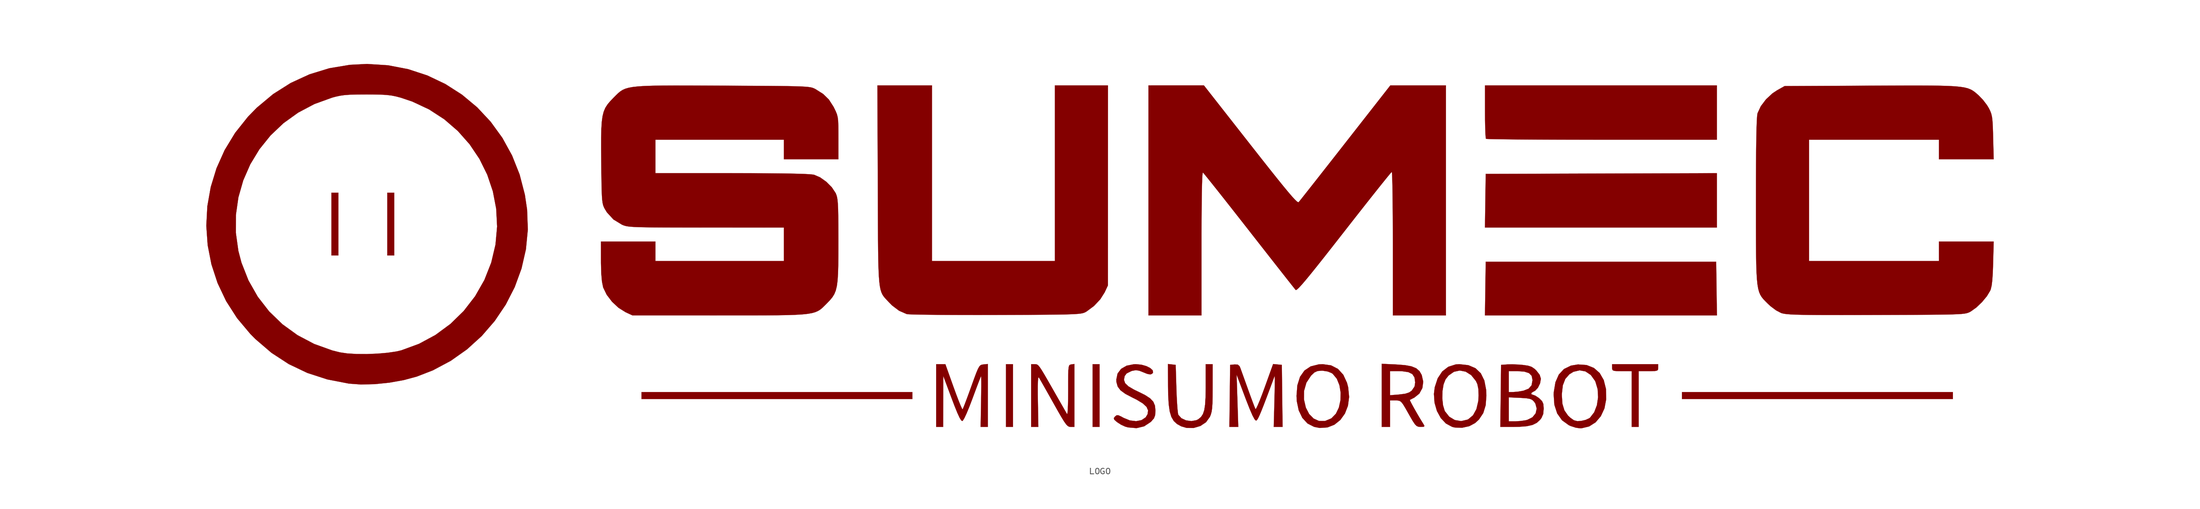
<source format=kicad_sym>
(kicad_symbol_lib
  (version 20220914)
  (generator bitmap2component)
  (symbol "LOGO"
    (pin_names
      (offset 1.016))
    (property "Reference" "#G"
      (at 0 42.443 0)
      (effects (font (size 1.27 1.27)) hide))
    (symbol "LOGO_0_0"
      (polyline (pts (xy 11.769 -22.876) (xy 12.716 -22.249) (xy 12.824 -22.145) (xy 13.204 -21.702) (xy 13.373 -21.245) (xy 13.411 -20.58) (xy 13.411 -20.559) (xy 13.342 -19.86) (xy 13.104 -19.293) (xy 12.64 -18.797) (xy 11.897 -18.311) (xy 10.817 -17.777) (xy 10.303 -17.531) (xy 9.481 -17.048) (xy 9.004 -16.586) (xy 8.834 -16.103) (xy 8.936 -15.556) (xy 9.224 -15.165) (xy 9.917 -14.821) (xy 10.058 -14.781) (xy 10.564 -14.693) (xy 11.041 -14.764) (xy 11.682 -15.015) (xy 12.216 -15.229) (xy 12.657 -15.315) (xy 12.934 -15.214) (xy 13.069 -15.03) (xy 13.006 -14.703) (xy 12.654 -14.377) (xy 12.083 -14.094) (xy 11.364 -13.893) (xy 10.566 -13.818) (xy 10.278 -13.826) (xy 9.223 -14.035) (xy 8.417 -14.498) (xy 7.902 -15.183) (xy 7.722 -16.056) (xy 7.743 -16.45) (xy 7.922 -17.085) (xy 8.329 -17.626) (xy 9.02 -18.137) (xy 10.05 -18.679) (xy 10.696 -19.002) (xy 11.582 -19.541) (xy 12.12 -20.047) (xy 12.34 -20.554) (xy 12.273 -21.093) (xy 11.995 -21.563) (xy 11.392 -21.971) (xy 10.597 -22.126) (xy 9.691 -22.017) (xy 8.753 -21.63) (xy 8.416 -21.442) (xy 8.009 -21.261) (xy 7.756 -21.268) (xy 7.534 -21.443) (xy 7.522 -21.455) (xy 7.353 -21.693) (xy 7.431 -21.913) (xy 7.799 -22.243) (xy 7.811 -22.252) (xy 8.407 -22.641) (xy 9.018 -22.919) (xy 9.441 -23.036) (xy 10.664 -23.141) (xy 11.769 -22.876)) (stroke (width 0.01) (type default)) (fill (type outline)))
      (polyline (pts (xy 19.957 -22.825) (xy 20.776 -22.275) (xy 21.338 -21.495) (xy 21.472 -21.162) (xy 21.585 -20.744) (xy 21.661 -20.215) (xy 21.707 -19.5) (xy 21.73 -18.527) (xy 21.738 -17.221) (xy 21.742 -13.818) (xy 21.234 -13.818) (xy 20.726 -13.818) (xy 20.726 -16.974) (xy 20.726 -17.244) (xy 20.704 -18.646) (xy 20.638 -19.712) (xy 20.517 -20.503) (xy 20.326 -21.078) (xy 20.054 -21.496) (xy 19.687 -21.817) (xy 19.389 -21.977) (xy 18.648 -22.115) (xy 17.867 -22.01) (xy 17.185 -21.692) (xy 16.741 -21.191) (xy 16.694 -20.993) (xy 16.628 -20.426) (xy 16.564 -19.583) (xy 16.506 -18.54) (xy 16.462 -17.374) (xy 16.358 -13.919) (xy 15.799 -13.855) (xy 15.24 -13.791) (xy 15.249 -17.005) (xy 15.266 -18.267) (xy 15.341 -19.64) (xy 15.489 -20.701) (xy 15.729 -21.503) (xy 16.078 -22.099) (xy 16.553 -22.54) (xy 17.17 -22.88) (xy 17.946 -23.107) (xy 18.981 -23.114) (xy 19.957 -22.825)) (stroke (width 0.01) (type default)) (fill (type outline)))
      (polyline (pts (xy 38.438 -23.039) (xy 39.455 -22.637) (xy 40.316 -21.948) (xy 40.984 -21.015) (xy 41.422 -19.883) (xy 41.592 -18.594) (xy 41.457 -17.192) (xy 41.286 -16.532) (xy 40.744 -15.357) (xy 39.969 -14.507) (xy 38.969 -13.991) (xy 37.755 -13.818) (xy 37.155 -13.848) (xy 35.992 -14.142) (xy 35.09 -14.746) (xy 34.447 -15.663) (xy 34.063 -16.892) (xy 33.939 -18.434) (xy 33.965 -18.948) (xy 35.02 -18.948) (xy 35.03 -17.732) (xy 35.377 -16.519) (xy 36.049 -15.495) (xy 36.079 -15.462) (xy 36.554 -15.016) (xy 37.004 -14.814) (xy 37.618 -14.766) (xy 37.746 -14.769) (xy 38.477 -14.883) (xy 39.054 -15.116) (xy 39.221 -15.239) (xy 39.804 -15.948) (xy 40.183 -16.889) (xy 40.359 -17.965) (xy 40.331 -19.079) (xy 40.102 -20.136) (xy 39.669 -21.037) (xy 39.035 -21.687) (xy 38.966 -21.732) (xy 38.074 -22.102) (xy 37.216 -22.098) (xy 36.438 -21.751) (xy 35.783 -21.09) (xy 35.296 -20.146) (xy 35.02 -18.948) (xy 33.965 -18.948) (xy 33.979 -19.213) (xy 34.259 -20.553) (xy 34.787 -21.651) (xy 35.54 -22.464) (xy 36.495 -22.954) (xy 37.304 -23.112) (xy 38.438 -23.039)) (stroke (width 0.01) (type default)) (fill (type outline)))
      (polyline (pts (xy 59.071 -22.856) (xy 59.931 -22.396) (xy 60.493 -21.872) (xy 61.11 -20.947) (xy 61.458 -19.811) (xy 61.565 -18.397) (xy 61.529 -17.557) (xy 61.268 -16.195) (xy 60.753 -15.146) (xy 59.977 -14.404) (xy 58.936 -13.963) (xy 57.624 -13.818) (xy 57.093 -13.854) (xy 56.02 -14.195) (xy 55.139 -14.879) (xy 54.474 -15.885) (xy 54.047 -17.192) (xy 53.931 -18.149) (xy 53.975 -18.793) (xy 55.15 -18.793) (xy 55.177 -17.734) (xy 55.334 -16.767) (xy 55.619 -16.04) (xy 56.067 -15.468) (xy 56.84 -14.929) (xy 57.69 -14.743) (xy 58.551 -14.908) (xy 59.357 -15.418) (xy 60.04 -16.272) (xy 60.251 -16.731) (xy 60.395 -17.425) (xy 60.434 -18.384) (xy 60.383 -19.207) (xy 60.111 -20.369) (xy 59.621 -21.263) (xy 58.936 -21.84) (xy 58.811 -21.9) (xy 57.887 -22.114) (xy 56.977 -21.963) (xy 56.165 -21.477) (xy 55.537 -20.684) (xy 55.494 -20.599) (xy 55.254 -19.797) (xy 55.15 -18.793) (xy 53.975 -18.793) (xy 54.02 -19.437) (xy 54.364 -20.637) (xy 54.929 -21.674) (xy 55.682 -22.473) (xy 56.591 -22.96) (xy 56.975 -23.052) (xy 58.029 -23.084) (xy 59.071 -22.856)) (stroke (width 0.01) (type default)) (fill (type outline)))
      (polyline (pts (xy 75.416 -23.157) (xy 76.511 -22.894) (xy 77.458 -22.293) (xy 78.216 -21.401) (xy 78.743 -20.264) (xy 78.995 -18.929) (xy 78.961 -17.416) (xy 78.639 -16.133) (xy 78.05 -15.109) (xy 77.215 -14.371) (xy 76.154 -13.944) (xy 74.889 -13.854) (xy 73.859 -14.03) (xy 72.852 -14.524) (xy 72.103 -15.328) (xy 71.611 -16.447) (xy 71.372 -17.882) (xy 71.353 -18.248) (xy 71.363 -18.39) (xy 72.542 -18.39) (xy 72.546 -18.137) (xy 72.686 -16.902) (xy 73.047 -15.968) (xy 73.645 -15.288) (xy 74.231 -14.928) (xy 75.123 -14.715) (xy 75.985 -14.875) (xy 76.755 -15.392) (xy 77.368 -16.248) (xy 77.429 -16.375) (xy 77.751 -17.457) (xy 77.817 -18.636) (xy 77.645 -19.797) (xy 77.249 -20.828) (xy 76.643 -21.614) (xy 76.54 -21.692) (xy 75.993 -21.943) (xy 75.335 -22.093) (xy 74.789 -22.121) (xy 74.297 -21.993) (xy 73.775 -21.621) (xy 73.44 -21.306) (xy 72.918 -20.552) (xy 72.63 -19.61) (xy 72.542 -18.39) (xy 71.363 -18.39) (xy 71.458 -19.745) (xy 71.865 -21) (xy 72.566 -21.993) (xy 73.552 -22.708) (xy 73.823 -22.831) (xy 74.554 -23.07) (xy 75.184 -23.165) (xy 75.416 -23.157)) (stroke (width 0.01) (type default)) (fill (type outline)))
      (polyline (pts (xy -17.463 -19.253) (xy -17.452 -15.545) (xy -16.217 -18.856) (xy -15.821 -19.899) (xy -15.404 -20.929) (xy -15.085 -21.621) (xy -14.85 -22.004) (xy -14.685 -22.108) (xy -14.622 -22.062) (xy -14.394 -21.698) (xy -14.07 -21.009) (xy -13.668 -20.04) (xy -13.208 -18.832) (xy -12.906 -18.014) (xy -12.546 -17.049) (xy -12.251 -16.273) (xy -12.046 -15.751) (xy -11.957 -15.546) (xy -11.938 -15.715) (xy -11.929 -16.229) (xy -11.928 -17.025) (xy -11.937 -18.042) (xy -11.954 -19.219) (xy -12.021 -22.962) (xy -11.497 -22.962) (xy -10.973 -22.962) (xy -10.973 -18.377) (xy -10.973 -13.792) (xy -11.614 -13.855) (xy -11.849 -13.889) (xy -12.044 -13.975) (xy -12.224 -14.167) (xy -12.419 -14.521) (xy -12.659 -15.092) (xy -12.975 -15.935) (xy -13.396 -17.107) (xy -13.677 -17.886) (xy -14.035 -18.86) (xy -14.333 -19.649) (xy -14.546 -20.186) (xy -14.648 -20.405) (xy -14.729 -20.299) (xy -14.926 -19.867) (xy -15.212 -19.163) (xy -15.563 -18.243) (xy -15.956 -17.167) (xy -17.152 -13.818) (xy -17.822 -13.818) (xy -18.491 -13.818) (xy -18.491 -18.39) (xy -18.491 -22.962) (xy -17.983 -22.962) (xy -17.475 -22.962) (xy -17.463 -19.253)) (stroke (width 0.01) (type default)) (fill (type outline)))
      (polyline (pts (xy -7.315 -18.39) (xy -7.315 -13.818) (xy -7.823 -13.818) (xy -8.331 -13.818) (xy -8.331 -18.39) (xy -8.331 -22.962) (xy -7.823 -22.962) (xy -7.315 -22.962) (xy -7.315 -18.39)) (stroke (width 0.01) (type default)) (fill (type outline)))
      (polyline (pts (xy -3.692 -19.198) (xy -3.706 -18.232) (xy -3.707 -17.029) (xy -3.683 -16.219) (xy -3.632 -15.793) (xy -3.556 -15.743) (xy -3.551 -15.752) (xy -3.378 -16.043) (xy -3.045 -16.625) (xy -2.585 -17.437) (xy -2.033 -18.417) (xy -1.422 -19.507) (xy -0.78 -20.65) (xy -0.261 -21.549) (xy 0.129 -22.181) (xy 0.423 -22.592) (xy 0.656 -22.828) (xy 0.859 -22.936) (xy 1.067 -22.962) (xy 1.626 -22.962) (xy 1.626 -18.375) (xy 1.626 -13.789) (xy 1.168 -13.854) (xy 1.099 -13.865) (xy 0.956 -13.911) (xy 0.854 -14.029) (xy 0.785 -14.275) (xy 0.743 -14.704) (xy 0.723 -15.373) (xy 0.716 -16.337) (xy 0.716 -17.652) (xy 0.716 -17.677) (xy 0.71 -18.832) (xy 0.688 -19.809) (xy 0.653 -20.552) (xy 0.61 -21.004) (xy 0.559 -21.106) (xy 0.457 -20.93) (xy 0.175 -20.437) (xy -0.242 -19.705) (xy -0.76 -18.798) (xy -1.34 -17.78) (xy -1.62 -17.287) (xy -2.285 -16.123) (xy -2.789 -15.254) (xy -3.164 -14.636) (xy -3.44 -14.227) (xy -3.648 -13.983) (xy -3.818 -13.863) (xy -3.982 -13.822) (xy -4.17 -13.818) (xy -4.674 -13.818) (xy -4.674 -18.39) (xy -4.674 -22.962) (xy -4.149 -22.962) (xy -3.625 -22.962) (xy -3.692 -19.198)) (stroke (width 0.01) (type default)) (fill (type outline)))
      (polyline (pts (xy 5.283 -18.39) (xy 5.283 -13.818) (xy 4.775 -13.818) (xy 4.267 -13.818) (xy 4.267 -18.39) (xy 4.267 -22.962) (xy 4.775 -22.962) (xy 5.283 -22.962) (xy 5.283 -18.39)) (stroke (width 0.01) (type default)) (fill (type outline)))
      (polyline (pts (xy 25.343 -19.152) (xy 25.222 -15.342) (xy 26.479 -18.694) (xy 26.597 -19.007) (xy 27.122 -20.343) (xy 27.535 -21.292) (xy 27.84 -21.859) (xy 28.036 -22.047) (xy 28.097 -22.032) (xy 28.21 -21.927) (xy 28.355 -21.693) (xy 28.547 -21.293) (xy 28.802 -20.691) (xy 29.135 -19.852) (xy 29.561 -18.738) (xy 30.095 -17.314) (xy 30.752 -15.545) (xy 30.753 -15.541) (xy 30.771 -15.692) (xy 30.776 -16.186) (xy 30.771 -16.967) (xy 30.754 -17.975) (xy 30.726 -19.152) (xy 30.625 -22.962) (xy 31.268 -22.962) (xy 31.91 -22.962) (xy 31.855 -18.44) (xy 31.801 -13.919) (xy 31.167 -13.857) (xy 30.533 -13.796) (xy 29.315 -17.185) (xy 28.951 -18.174) (xy 28.59 -19.102) (xy 28.291 -19.816) (xy 28.077 -20.259) (xy 27.973 -20.373) (xy 27.956 -20.341) (xy 27.814 -19.997) (xy 27.574 -19.367) (xy 27.263 -18.527) (xy 26.91 -17.554) (xy 26.839 -17.355) (xy 26.479 -16.351) (xy 26.158 -15.458) (xy 25.909 -14.766) (xy 25.764 -14.365) (xy 25.657 -14.118) (xy 25.396 -13.874) (xy 24.919 -13.857) (xy 24.282 -13.919) (xy 24.228 -18.44) (xy 24.173 -22.962) (xy 24.818 -22.962) (xy 25.464 -22.962) (xy 25.343 -19.152)) (stroke (width 0.01) (type default)) (fill (type outline)))
      (polyline (pts (xy 47.549 -21.031) (xy 47.549 -19.101) (xy 48.351 -19.101) (xy 48.615 -19.104) (xy 48.905 -19.152) (xy 49.151 -19.306) (xy 49.414 -19.629) (xy 49.753 -20.181) (xy 50.23 -21.027) (xy 50.447 -21.412) (xy 50.867 -22.134) (xy 51.174 -22.586) (xy 51.425 -22.833) (xy 51.679 -22.935) (xy 51.992 -22.957) (xy 52.05 -22.957) (xy 52.465 -22.936) (xy 52.552 -22.813) (xy 52.381 -22.504) (xy 52.26 -22.314) (xy 51.876 -21.683) (xy 51.459 -20.972) (xy 51.057 -20.264) (xy 50.719 -19.647) (xy 50.492 -19.206) (xy 50.426 -19.027) (xy 50.43 -19.025) (xy 50.658 -18.905) (xy 51.081 -18.689) (xy 51.091 -18.685) (xy 51.812 -18.105) (xy 52.25 -17.302) (xy 52.375 -16.368) (xy 52.157 -15.396) (xy 51.835 -14.834) (xy 51.361 -14.419) (xy 50.675 -14.135) (xy 49.713 -13.957) (xy 48.412 -13.859) (xy 46.33 -13.764) (xy 46.33 -18.344) (xy 47.549 -18.344) (xy 47.549 -16.589) (xy 47.549 -14.834) (xy 48.781 -14.834) (xy 49.29 -14.845) (xy 50.198 -14.972) (xy 50.787 -15.263) (xy 51.105 -15.753) (xy 51.203 -16.474) (xy 51.116 -17.065) (xy 50.712 -17.665) (xy 50.323 -17.939) (xy 49.744 -18.127) (xy 48.883 -18.236) (xy 47.549 -18.344) (xy 46.33 -18.344) (xy 46.33 -18.363) (xy 46.33 -22.962) (xy 46.939 -22.962) (xy 47.549 -22.962) (xy 47.549 -21.031)) (stroke (width 0.01) (type default)) (fill (type outline)))
      (polyline (pts (xy 65.477 -22.96) (xy 66.349 -22.946) (xy 67.458 -22.857) (xy 68.285 -22.67) (xy 68.901 -22.365) (xy 69.38 -21.924) (xy 69.576 -21.665) (xy 69.831 -21.086) (xy 69.901 -20.322) (xy 69.9 -20.251) (xy 69.853 -19.626) (xy 69.669 -19.207) (xy 69.276 -18.814) (xy 69.155 -18.716) (xy 68.693 -18.411) (xy 68.361 -18.288) (xy 68.34 -18.288) (xy 68.092 -18.183) (xy 68.149 -17.973) (xy 68.481 -17.779) (xy 68.658 -17.691) (xy 69.067 -17.252) (xy 69.374 -16.619) (xy 69.494 -15.941) (xy 69.494 -15.937) (xy 69.316 -15.365) (xy 68.824 -14.732) (xy 68.597 -14.517) (xy 68.159 -14.212) (xy 67.626 -14.036) (xy 66.843 -13.924) (xy 66.222 -13.873) (xy 65.334 -13.838) (xy 64.618 -13.852) (xy 63.703 -13.919) (xy 63.655 -17.882) (xy 64.821 -17.882) (xy 64.821 -16.358) (xy 64.821 -14.834) (xy 66.096 -14.834) (xy 67.063 -14.897) (xy 67.762 -15.118) (xy 68.153 -15.52) (xy 68.275 -16.127) (xy 68.275 -16.157) (xy 68.138 -16.896) (xy 67.711 -17.387) (xy 66.949 -17.685) (xy 66.862 -17.704) (xy 66.134 -17.825) (xy 65.481 -17.877) (xy 64.821 -17.882) (xy 63.655 -17.882) (xy 63.648 -18.44) (xy 63.604 -22.149) (xy 64.821 -22.149) (xy 64.821 -20.4) (xy 64.821 -18.651) (xy 66.466 -18.726) (xy 66.622 -18.733) (xy 67.417 -18.789) (xy 67.925 -18.88) (xy 68.251 -19.033) (xy 68.498 -19.278) (xy 68.694 -19.571) (xy 68.886 -20.291) (xy 68.731 -20.983) (xy 68.26 -21.561) (xy 67.507 -21.936) (xy 67.326 -21.981) (xy 66.566 -22.099) (xy 65.786 -22.148) (xy 64.821 -22.149) (xy 63.604 -22.149) (xy 63.594 -22.962) (xy 65.477 -22.96)) (stroke (width 0.01) (type default)) (fill (type outline)))
      (polyline (pts (xy 83.718 -18.898) (xy 83.718 -14.834) (xy 85.141 -14.834) (xy 85.52 -14.833) (xy 86.109 -14.813) (xy 86.42 -14.743) (xy 86.542 -14.591) (xy 86.563 -14.326) (xy 86.563 -13.818) (xy 83.21 -13.818) (xy 79.858 -13.818) (xy 79.858 -14.326) (xy 79.86 -14.461) (xy 79.915 -14.671) (xy 80.112 -14.783) (xy 80.537 -14.826) (xy 81.28 -14.834) (xy 82.702 -14.834) (xy 82.702 -18.898) (xy 82.702 -22.962) (xy 83.21 -22.962) (xy 83.718 -22.962) (xy 83.718 -18.898)) (stroke (width 0.01) (type default)) (fill (type outline)))
      (polyline (pts (xy -21.946 -18.39) (xy -21.946 -17.882) (xy -41.656 -17.882) (xy -61.366 -17.882) (xy -61.366 -18.39) (xy -61.366 -18.898) (xy -41.656 -18.898) (xy -21.946 -18.898) (xy -21.946 -18.39)) (stroke (width 0.01) (type default)) (fill (type outline)))
      (polyline (pts (xy 129.438 -18.39) (xy 129.438 -17.882) (xy 109.728 -17.882) (xy 90.018 -17.882) (xy 90.018 -18.39) (xy 90.018 -18.898) (xy 109.728 -18.898) (xy 129.438 -18.898) (xy 129.438 -18.39)) (stroke (width 0.01) (type default)) (fill (type outline)))
      (polyline (pts (xy -100.167 -16.728) (xy -98.046 -16.511) (xy -95.963 -16.138) (xy -94.054 -15.623) (xy -91.723 -14.718) (xy -89.127 -13.336) (xy -86.747 -11.654) (xy -84.604 -9.706) (xy -82.718 -7.522) (xy -81.112 -5.135) (xy -79.806 -2.578) (xy -78.821 0.119) (xy -78.18 2.921) (xy -77.902 5.798) (xy -78.009 8.718) (xy -78.332 10.891) (xy -79.096 13.837) (xy -80.195 16.605) (xy -81.607 19.174) (xy -83.308 21.521) (xy -85.273 23.626) (xy -87.479 25.466) (xy -89.902 27.02) (xy -92.519 28.267) (xy -95.306 29.184) (xy -98.24 29.75) (xy -101.295 29.944) (xy -103.783 29.819) (xy -106.793 29.316) (xy -109.671 28.432) (xy -112.398 27.176) (xy -114.957 25.554) (xy -117.33 23.573) (xy -118.624 22.247) (xy -120.491 19.9) (xy -122.016 17.388) (xy -123.198 14.745) (xy -124.037 12.005) (xy -124.532 9.2) (xy -124.681 6.365) (xy -124.609 5.332) (xy -120.384 5.332) (xy -120.377 7.945) (xy -120.012 10.502) (xy -119.307 12.971) (xy -118.281 15.319) (xy -116.951 17.513) (xy -115.336 19.522) (xy -113.453 21.311) (xy -111.319 22.848) (xy -108.954 24.101) (xy -106.375 25.037) (xy -105.896 25.167) (xy -105.242 25.311) (xy -104.56 25.408) (xy -103.754 25.466) (xy -102.732 25.494) (xy -101.397 25.502) (xy -100.446 25.498) (xy -99.335 25.477) (xy -98.471 25.43) (xy -97.76 25.346) (xy -97.107 25.218) (xy -96.418 25.037) (xy -94.716 24.466) (xy -92.275 23.32) (xy -90.058 21.878) (xy -88.086 20.173) (xy -86.375 18.237) (xy -84.943 16.104) (xy -83.809 13.806) (xy -82.99 11.375) (xy -82.505 8.845) (xy -82.371 6.248) (xy -82.606 3.618) (xy -83.228 0.986) (xy -84.226 -1.547) (xy -85.574 -3.914) (xy -87.231 -6.06) (xy -89.165 -7.952) (xy -91.346 -9.561) (xy -93.74 -10.854) (xy -96.317 -11.8) (xy -97.014 -11.963) (xy -98.293 -12.152) (xy -99.768 -12.28) (xy -101.321 -12.341) (xy -102.833 -12.333) (xy -104.185 -12.251) (xy -105.258 -12.091) (xy -106.365 -11.812) (xy -108.987 -10.868) (xy -111.407 -9.59) (xy -113.599 -8.001) (xy -115.537 -6.125) (xy -117.195 -3.986) (xy -118.546 -1.608) (xy -119.566 0.986) (xy -120.016 2.697) (xy -120.384 5.332) (xy -124.609 5.332) (xy -124.483 3.532) (xy -123.938 0.736) (xy -123.045 -1.992) (xy -121.802 -4.617) (xy -120.209 -7.105) (xy -118.265 -9.424) (xy -117.541 -10.155) (xy -115.206 -12.159) (xy -112.692 -13.802) (xy -109.986 -15.094) (xy -107.072 -16.04) (xy -103.937 -16.648) (xy -102.195 -16.776) (xy -100.167 -16.728)) (stroke (width 0.01) (type default)) (fill (type outline)))
      (polyline (pts (xy -45.214 -6.704) (xy -43.192 -6.698) (xy -41.484 -6.684) (xy -40.059 -6.658) (xy -38.886 -6.617) (xy -37.932 -6.557) (xy -37.167 -6.476) (xy -36.558 -6.368) (xy -36.075 -6.231) (xy -35.684 -6.062) (xy -35.356 -5.857) (xy -35.059 -5.613) (xy -34.76 -5.325) (xy -34.429 -4.992) (xy -34.399 -4.962) (xy -33.957 -4.503) (xy -33.599 -4.072) (xy -33.318 -3.622) (xy -33.104 -3.103) (xy -32.948 -2.467) (xy -32.84 -1.666) (xy -32.773 -0.653) (xy -32.736 0.623) (xy -32.722 2.208) (xy -32.72 4.151) (xy -32.721 4.905) (xy -32.726 6.52) (xy -32.738 7.797) (xy -32.759 8.784) (xy -32.792 9.531) (xy -32.84 10.085) (xy -32.905 10.496) (xy -32.99 10.812) (xy -33.097 11.082) (xy -33.118 11.128) (xy -33.676 11.971) (xy -34.472 12.77) (xy -35.377 13.415) (xy -36.261 13.794) (xy -36.35 13.812) (xy -36.895 13.868) (xy -37.817 13.915) (xy -39.12 13.953) (xy -40.81 13.983) (xy -42.891 14.004) (xy -45.369 14.017) (xy -48.248 14.021) (xy -59.334 14.021) (xy -59.334 16.459) (xy -59.334 18.898) (xy -49.987 18.898) (xy -40.64 18.898) (xy -40.64 17.475) (xy -40.64 16.053) (xy -36.678 16.053) (xy -32.715 16.053) (xy -32.715 19.17) (xy -32.716 19.998) (xy -32.726 20.97) (xy -32.758 21.676) (xy -32.822 22.201) (xy -32.932 22.628) (xy -33.1 23.043) (xy -33.337 23.531) (xy -33.435 23.722) (xy -34.104 24.761) (xy -34.933 25.57) (xy -36.044 26.273) (xy -36.145 26.327) (xy -36.322 26.41) (xy -36.523 26.482) (xy -36.781 26.542) (xy -37.126 26.591) (xy -37.592 26.632) (xy -38.21 26.665) (xy -39.011 26.691) (xy -40.028 26.712) (xy -41.292 26.729) (xy -42.835 26.743) (xy -44.689 26.755) (xy -46.886 26.766) (xy -49.458 26.778) (xy -49.522 26.778) (xy -52.249 26.791) (xy -54.602 26.8) (xy -56.611 26.802) (xy -58.31 26.793) (xy -59.728 26.771) (xy -60.898 26.732) (xy -61.85 26.671) (xy -62.617 26.587) (xy -63.229 26.475) (xy -63.719 26.332) (xy -64.117 26.154) (xy -64.454 25.939) (xy -64.763 25.682) (xy -65.075 25.38) (xy -65.421 25.03) (xy -65.453 24.998) (xy -65.935 24.495) (xy -66.324 24.026) (xy -66.63 23.542) (xy -66.862 22.994) (xy -67.029 22.333) (xy -67.141 21.509) (xy -67.206 20.475) (xy -67.235 19.181) (xy -67.236 17.579) (xy -67.22 15.619) (xy -67.203 14.114) (xy -67.183 12.702) (xy -67.159 11.604) (xy -67.127 10.77) (xy -67.083 10.152) (xy -67.024 9.699) (xy -66.946 9.363) (xy -66.846 9.092) (xy -66.719 8.839) (xy -66.395 8.309) (xy -65.448 7.276) (xy -64.211 6.519) (xy -64.11 6.474) (xy -63.898 6.392) (xy -63.654 6.323) (xy -63.344 6.266) (xy -62.934 6.22) (xy -62.39 6.183) (xy -61.678 6.155) (xy -60.763 6.135) (xy -59.613 6.12) (xy -58.192 6.111) (xy -56.467 6.105) (xy -54.404 6.102) (xy -51.968 6.101) (xy -40.64 6.096) (xy -40.64 3.658) (xy -40.64 1.219) (xy -49.987 1.219) (xy -59.334 1.219) (xy -59.334 2.642) (xy -59.334 4.064) (xy -63.297 4.064) (xy -67.259 4.064) (xy -67.259 1.256) (xy -67.258 0.902) (xy -67.217 -0.616) (xy -67.116 -1.768) (xy -66.952 -2.585) (xy -66.925 -2.672) (xy -66.427 -3.699) (xy -65.653 -4.714) (xy -64.712 -5.596) (xy -63.707 -6.226) (xy -62.687 -6.702) (xy -50.074 -6.704) (xy -47.583 -6.704) (xy -45.214 -6.704)) (stroke (width 0.01) (type default)) (fill (type outline)))
      (polyline (pts (xy -9.855 -6.64) (xy -8.475 -6.636) (xy -6.109 -6.628) (xy -4.101 -6.618) (xy -2.42 -6.606) (xy -1.034 -6.591) (xy 0.088 -6.572) (xy 0.978 -6.547) (xy 1.667 -6.516) (xy 2.188 -6.479) (xy 2.571 -6.433) (xy 2.849 -6.378) (xy 3.052 -6.313) (xy 3.212 -6.237) (xy 3.411 -6.123) (xy 4.467 -5.337) (xy 5.381 -4.37) (xy 6.024 -3.353) (xy 6.498 -2.337) (xy 6.5 12.243) (xy 6.502 26.822) (xy 2.642 26.822) (xy -1.219 26.822) (xy -1.219 14.021) (xy -1.219 1.219) (xy -10.16 1.219) (xy -19.101 1.219) (xy -19.101 14.021) (xy -19.101 26.822) (xy -23.07 26.822) (xy -27.038 26.822) (xy -26.981 12.243) (xy -26.98 11.959) (xy -26.97 9.139) (xy -26.961 6.694) (xy -26.95 4.593) (xy -26.934 2.807) (xy -26.911 1.306) (xy -26.877 0.061) (xy -26.83 -0.957) (xy -26.767 -1.778) (xy -26.686 -2.432) (xy -26.583 -2.948) (xy -26.455 -3.356) (xy -26.3 -3.685) (xy -26.115 -3.965) (xy -25.897 -4.225) (xy -25.644 -4.495) (xy -25.351 -4.804) (xy -24.896 -5.265) (xy -23.885 -6.029) (xy -22.76 -6.519) (xy -22.756 -6.52) (xy -22.453 -6.547) (xy -21.782 -6.572) (xy -20.779 -6.594) (xy -19.481 -6.612) (xy -17.925 -6.627) (xy -16.148 -6.637) (xy -14.186 -6.643) (xy -12.076 -6.644) (xy -9.855 -6.64)) (stroke (width 0.01) (type default)) (fill (type outline)))
      (polyline (pts (xy 20.117 3.771) (xy 20.117 4.892) (xy 20.124 7.317) (xy 20.139 9.388) (xy 20.16 11.096) (xy 20.189 12.432) (xy 20.225 13.388) (xy 20.267 13.956) (xy 20.316 14.125) (xy 20.348 14.093) (xy 20.597 13.799) (xy 21.061 13.227) (xy 21.718 12.405) (xy 22.544 11.366) (xy 23.513 10.138) (xy 24.602 8.752) (xy 25.788 7.239) (xy 27.046 5.63) (xy 27.517 5.025) (xy 28.755 3.441) (xy 29.912 1.961) (xy 30.964 0.617) (xy 31.889 -0.562) (xy 32.66 -1.544) (xy 33.255 -2.298) (xy 33.648 -2.793) (xy 33.816 -2.999) (xy 33.869 -3.011) (xy 34.035 -2.912) (xy 34.315 -2.649) (xy 34.726 -2.201) (xy 35.284 -1.549) (xy 36.005 -0.672) (xy 36.905 0.449) (xy 38.002 1.833) (xy 39.312 3.502) (xy 40.852 5.474) (xy 41.583 6.412) (xy 42.825 8) (xy 43.981 9.471) (xy 45.028 10.797) (xy 45.941 11.947) (xy 46.699 12.893) (xy 47.277 13.606) (xy 47.653 14.056) (xy 47.803 14.213) (xy 47.813 14.191) (xy 47.842 13.867) (xy 47.868 13.187) (xy 47.893 12.19) (xy 47.914 10.912) (xy 47.931 9.393) (xy 47.944 7.668) (xy 47.952 5.778) (xy 47.955 3.759) (xy 47.955 -6.706) (xy 51.816 -6.706) (xy 55.677 -6.706) (xy 55.677 10.058) (xy 55.677 26.822) (xy 51.634 26.822) (xy 47.591 26.822) (xy 41.041 18.44) (xy 40.561 17.825) (xy 39.322 16.241) (xy 38.162 14.761) (xy 37.108 13.416) (xy 36.181 12.236) (xy 35.408 11.254) (xy 34.812 10.499) (xy 34.417 10.003) (xy 34.248 9.796) (xy 34.172 9.785) (xy 33.996 9.897) (xy 33.712 10.166) (xy 33.302 10.612) (xy 32.749 11.256) (xy 32.036 12.12) (xy 31.145 13.223) (xy 30.059 14.586) (xy 28.761 16.231) (xy 27.233 18.178) (xy 20.462 26.823) (xy 16.429 26.823) (xy 12.395 26.822) (xy 12.395 10.058) (xy 12.395 -6.706) (xy 16.256 -6.706) (xy 20.117 -6.706) (xy 20.117 3.771)) (stroke (width 0.01) (type default)) (fill (type outline)))
      (polyline (pts (xy 95.051 -2.794) (xy 94.996 1.118) (xy 78.232 1.118) (xy 61.468 1.118) (xy 61.413 -2.794) (xy 61.358 -6.706) (xy 78.232 -6.706) (xy 95.106 -6.706) (xy 95.051 -2.794)) (stroke (width 0.01) (type default)) (fill (type outline)))
      (polyline (pts (xy 115.614 -6.649) (xy 118.262 -6.642) (xy 120.121 -6.636) (xy 122.463 -6.628) (xy 124.453 -6.62) (xy 126.12 -6.61) (xy 127.497 -6.596) (xy 128.615 -6.579) (xy 129.505 -6.556) (xy 130.198 -6.528) (xy 130.727 -6.492) (xy 131.121 -6.447) (xy 131.413 -6.394) (xy 131.634 -6.329) (xy 131.815 -6.253) (xy 131.988 -6.164) (xy 132.047 -6.131) (xy 132.854 -5.554) (xy 133.678 -4.765) (xy 134.395 -3.898) (xy 134.878 -3.087) (xy 134.943 -2.918) (xy 135.073 -2.379) (xy 135.17 -1.607) (xy 135.241 -0.546) (xy 135.291 0.864) (xy 135.374 4.064) (xy 131.39 4.064) (xy 127.406 4.064) (xy 127.406 2.642) (xy 127.406 1.219) (xy 117.958 1.219) (xy 108.509 1.219) (xy 108.509 10.058) (xy 108.509 18.898) (xy 117.958 18.898) (xy 127.406 18.898) (xy 127.406 17.475) (xy 127.406 16.053) (xy 131.39 16.053) (xy 135.374 16.053) (xy 135.293 19.253) (xy 135.282 19.686) (xy 135.246 20.802) (xy 135.2 21.617) (xy 135.131 22.214) (xy 135.028 22.672) (xy 134.879 23.072) (xy 134.672 23.495) (xy 134.403 23.941) (xy 133.811 24.718) (xy 133.174 25.378) (xy 132.973 25.556) (xy 132.666 25.816) (xy 132.362 26.038) (xy 132.031 26.225) (xy 131.641 26.38) (xy 131.159 26.505) (xy 130.555 26.604) (xy 129.797 26.68) (xy 128.854 26.734) (xy 127.693 26.77) (xy 126.284 26.791) (xy 124.594 26.799) (xy 122.593 26.798) (xy 120.249 26.79) (xy 117.529 26.778) (xy 104.953 26.721) (xy 103.835 26.091) (xy 103.183 25.657) (xy 102.244 24.784) (xy 101.487 23.78) (xy 101.017 22.766) (xy 101.012 22.75) (xy 100.958 22.372) (xy 100.911 21.671) (xy 100.872 20.636) (xy 100.841 19.253) (xy 100.817 17.513) (xy 100.8 15.402) (xy 100.79 12.908) (xy 100.787 10.02) (xy 100.787 8.606) (xy 100.787 6.158) (xy 100.792 4.067) (xy 100.804 2.301) (xy 100.827 0.827) (xy 100.865 -0.388) (xy 100.923 -1.375) (xy 101.003 -2.167) (xy 101.109 -2.798) (xy 101.245 -3.299) (xy 101.415 -3.702) (xy 101.622 -4.041) (xy 101.87 -4.348) (xy 102.163 -4.655) (xy 102.505 -4.995) (xy 102.915 -5.375) (xy 103.721 -5.979) (xy 104.45 -6.356) (xy 104.665 -6.42) (xy 104.953 -6.477) (xy 105.337 -6.524) (xy 105.85 -6.563) (xy 106.521 -6.594) (xy 107.381 -6.618) (xy 108.463 -6.635) (xy 109.796 -6.646) (xy 111.411 -6.651) (xy 113.34 -6.652) (xy 115.614 -6.649)) (stroke (width 0.01) (type default)) (fill (type outline)))
      (polyline (pts (xy 95.098 10.06) (xy 95.098 14.023) (xy 78.283 13.971) (xy 61.468 13.919) (xy 61.413 10.008) (xy 61.358 6.096) (xy 78.228 6.096) (xy 95.098 6.096) (xy 95.098 10.06)) (stroke (width 0.01) (type default)) (fill (type outline)))
      (polyline (pts (xy 95.098 22.86) (xy 95.098 26.822) (xy 78.232 26.822) (xy 61.366 26.822) (xy 61.366 22.995) (xy 61.366 22.967) (xy 61.373 21.762) (xy 61.393 20.7) (xy 61.422 19.847) (xy 61.459 19.27) (xy 61.502 19.033) (xy 61.57 19.022) (xy 61.994 19.002) (xy 62.778 18.982) (xy 63.891 18.965) (xy 65.303 18.948) (xy 66.985 18.934) (xy 68.905 18.921) (xy 71.034 18.911) (xy 73.341 18.904) (xy 75.795 18.899) (xy 78.367 18.898) (xy 95.098 18.898) (xy 95.098 22.86)) (stroke (width 0.01) (type default)) (fill (type outline)))
      (polyline (pts (xy -105.461 6.604) (xy -105.461 11.176) (xy -105.969 11.176) (xy -106.477 11.176) (xy -106.477 6.604) (xy -106.477 2.032) (xy -105.969 2.032) (xy -105.461 2.032) (xy -105.461 6.604)) (stroke (width 0.01) (type default)) (fill (type outline)))
      (polyline (pts (xy -97.333 6.604) (xy -97.333 11.176) (xy -97.841 11.176) (xy -98.349 11.176) (xy -98.349 6.604) (xy -98.349 2.032) (xy -97.841 2.032) (xy -97.333 2.032) (xy -97.333 6.604)) (stroke (width 0.01) (type default)) (fill (type outline))))))
</source>
